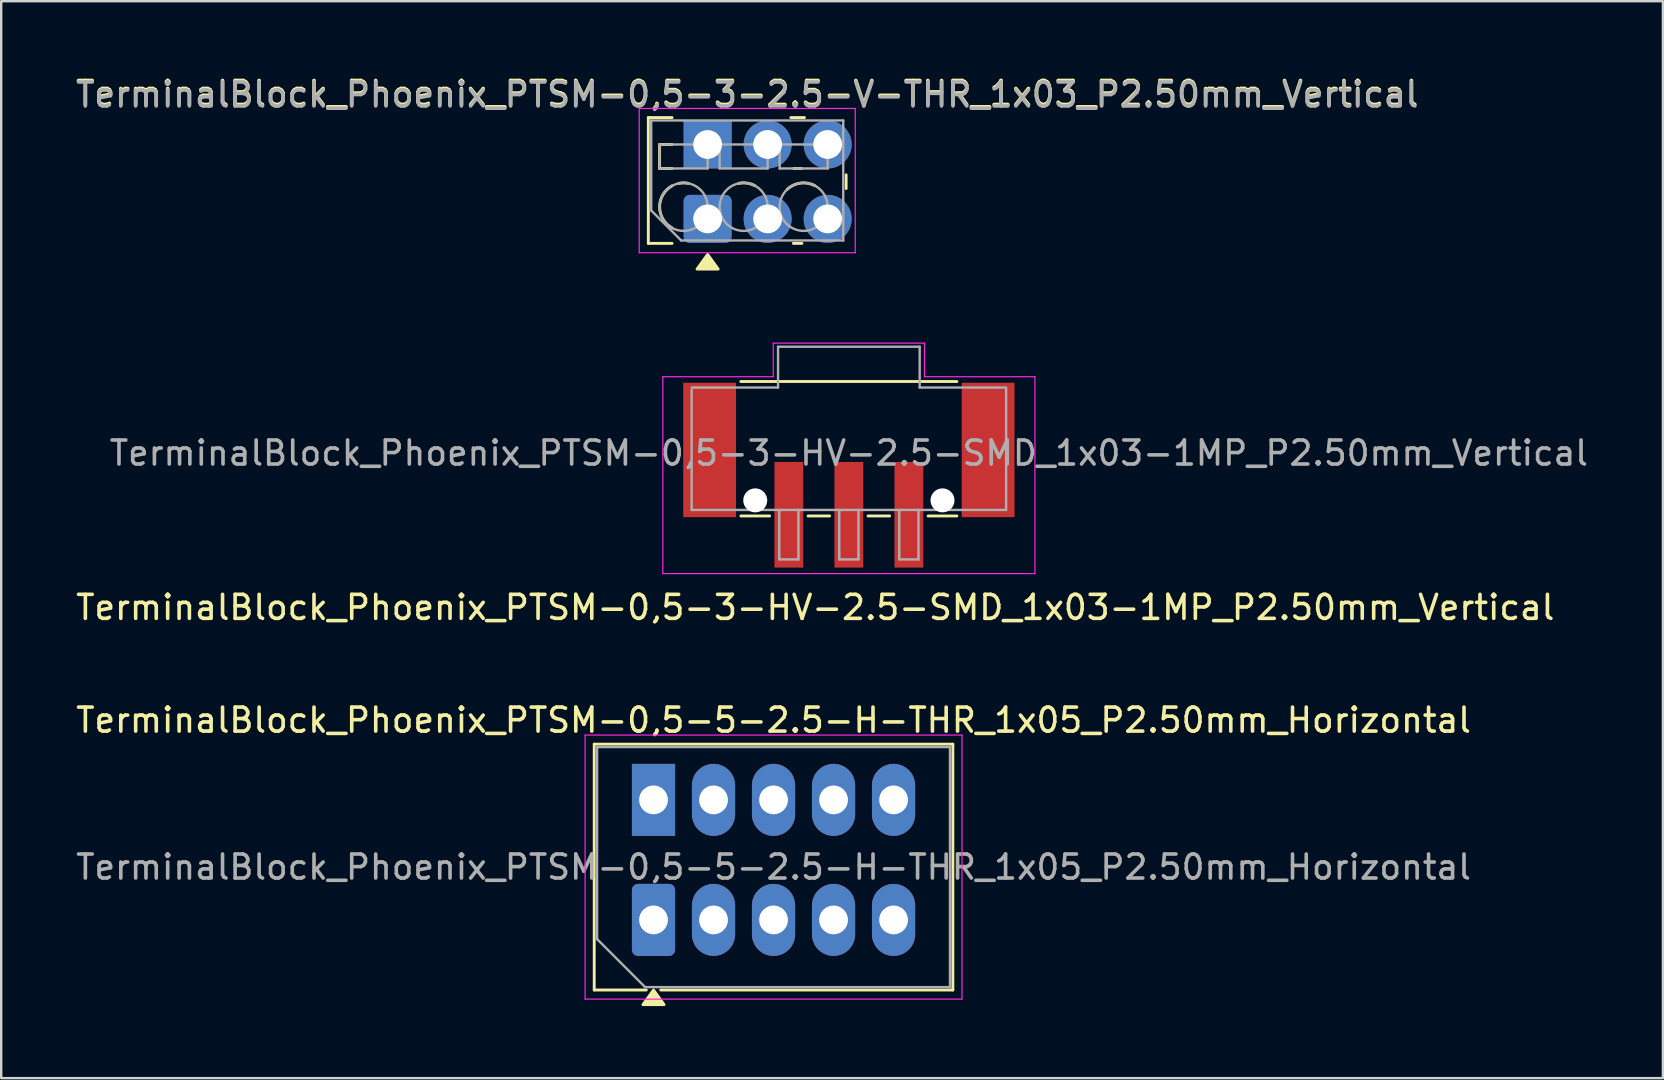
<source format=kicad_pcb>
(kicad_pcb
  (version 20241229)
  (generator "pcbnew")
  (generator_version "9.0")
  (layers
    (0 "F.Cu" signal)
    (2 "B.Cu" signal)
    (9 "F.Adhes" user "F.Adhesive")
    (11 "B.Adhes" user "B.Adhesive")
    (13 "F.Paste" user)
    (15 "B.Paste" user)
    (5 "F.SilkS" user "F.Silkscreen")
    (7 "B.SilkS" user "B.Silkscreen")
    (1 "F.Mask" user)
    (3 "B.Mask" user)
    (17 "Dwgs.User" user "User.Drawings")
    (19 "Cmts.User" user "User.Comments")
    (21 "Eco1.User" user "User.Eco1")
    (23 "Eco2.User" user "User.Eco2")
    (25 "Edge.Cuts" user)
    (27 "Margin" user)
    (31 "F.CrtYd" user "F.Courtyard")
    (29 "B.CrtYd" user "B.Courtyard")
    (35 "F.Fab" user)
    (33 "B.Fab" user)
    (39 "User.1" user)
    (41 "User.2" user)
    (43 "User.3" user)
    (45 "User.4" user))
  (footprint "TerminalBlock_Phoenix_PTSM-0,5-3-2.5-V-THR_1x03_P2.50mm_Vertical"
    (layer "F.Cu")
    (at 26.427 6.068)
    (property "Reference" "TerminalBlock_Phoenix_PTSM-0,5-3-2.5-V-THR_1x03_P2.50mm_Vertical" (at 1.65 -5.22 0) (layer "F.SilkS") (effects (font (size 1 1) (thickness 0.15))))
    (attr through_hole)
    (fp_line (start -2.47 -4.22) (end -1.48 -4.22) (stroke (width 0.12) (type solid)) (layer "F.SilkS"))
    (fp_line (start -2.47 1.02) (end -2.47 -4.22) (stroke (width 0.12) (type solid)) (layer "F.SilkS"))
    (fp_line (start -2 -3.1) (end -1.48 -3.1) (stroke (width 0.12) (type solid)) (layer "F.SilkS"))
    (fp_line (start -2 -2.1) (end -2 -3.1) (stroke (width 0.12) (type solid)) (layer "F.SilkS"))
    (fp_line (start -1.48 -2.1) (end -2 -2.1) (stroke (width 0.12) (type solid)) (layer "F.SilkS"))
    (fp_line (start -1.48 1.02) (end -2.47 1.02) (stroke (width 0.12) (type solid)) (layer "F.SilkS"))
    (fp_line (start 3.467 -4.22) (end 4.033 -4.22) (stroke (width 0.12) (type solid)) (layer "F.SilkS"))
    (fp_line (start 3.909 -2.1) (end 3.591 -2.1) (stroke (width 0.12) (type solid)) (layer "F.SilkS"))
    (fp_line (start 3.928 1.02) (end 3.572 1.02) (stroke (width 0.12) (type solid)) (layer "F.SilkS"))
    (fp_line (start 5.77 -1.836) (end 5.77 -1.264) (stroke (width 0.12) (type solid)) (layer "F.SilkS"))
    (fp_arc (start -1.48 0.377) (mid -2 -0.5) (end -1.48 -1.377) (stroke (width 0.12) (type solid)) (layer "F.SilkS"))
    (fp_arc (start -1.199 -1.48) (mid -1 -1.5) (end -0.801 -1.48) (stroke (width 0.12) (type solid)) (layer "F.SilkS"))
    (fp_arc (start 1.301 -1.48) (mid 1.644617 -1.48991) (end 1.971 -1.382) (stroke (width 0.12) (type solid)) (layer "F.SilkS"))
    (fp_arc (start 3.319 -1.233) (mid 3.871134 -1.492017) (end 4.471 -1.382) (stroke (width 0.12) (type solid)) (layer "F.SilkS"))
    (fp_poly (pts (xy 0 1.48) (xy 0.44 2.09) (xy -0.44 2.09)) (stroke (width 0.12) (type solid)) (fill yes) (layer "F.SilkS"))
    (fp_line (start -2.85 -4.6) (end -2.85 1.41) (stroke (width 0.05) (type solid)) (layer "F.CrtYd"))
    (fp_line (start -2.85 1.41) (end 6.15 1.41) (stroke (width 0.05) (type solid)) (layer "F.CrtYd"))
    (fp_line (start 6.15 -4.6) (end -2.85 -4.6) (stroke (width 0.05) (type solid)) (layer "F.CrtYd"))
    (fp_line (start 6.15 1.41) (end 6.15 -4.6) (stroke (width 0.05) (type solid)) (layer "F.CrtYd"))
    (fp_line (start -2.35 -4.1) (end 5.65 -4.1) (stroke (width 0.1) (type solid)) (layer "F.Fab"))
    (fp_line (start -2.35 -0.35) (end -2.35 -4.1) (stroke (width 0.1) (type solid)) (layer "F.Fab"))
    (fp_line (start -2 -3.1) (end -2 -2.1) (stroke (width 0.1) (type solid)) (layer "F.Fab"))
    (fp_line (start -2 -2.1) (end 0 -2.1) (stroke (width 0.1) (type solid)) (layer "F.Fab"))
    (fp_line (start -1.1 0.9) (end -2.35 -0.35) (stroke (width 0.1) (type solid)) (layer "F.Fab"))
    (fp_line (start 0 -3.1) (end -2 -3.1) (stroke (width 0.1) (type solid)) (layer "F.Fab"))
    (fp_line (start 0 -2.1) (end 0 -3.1) (stroke (width 0.1) (type solid)) (layer "F.Fab"))
    (fp_line (start 0.5 -3.1) (end 0.5 -2.1) (stroke (width 0.1) (type solid)) (layer "F.Fab"))
    (fp_line (start 0.5 -2.1) (end 2.5 -2.1) (stroke (width 0.1) (type solid)) (layer "F.Fab"))
    (fp_line (start 2.5 -3.1) (end 0.5 -3.1) (stroke (width 0.1) (type solid)) (layer "F.Fab"))
    (fp_line (start 2.5 -2.1) (end 2.5 -3.1) (stroke (width 0.1) (type solid)) (layer "F.Fab"))
    (fp_line (start 3 -3.1) (end 3 -2.1) (stroke (width 0.1) (type solid)) (layer "F.Fab"))
    (fp_line (start 3 -2.1) (end 5 -2.1) (stroke (width 0.1) (type solid)) (layer "F.Fab"))
    (fp_line (start 5 -3.1) (end 3 -3.1) (stroke (width 0.1) (type solid)) (layer "F.Fab"))
    (fp_line (start 5 -2.1) (end 5 -3.1) (stroke (width 0.1) (type solid)) (layer "F.Fab"))
    (fp_line (start 5.65 -4.1) (end 5.65 0.9) (stroke (width 0.1) (type solid)) (layer "F.Fab"))
    (fp_line (start 5.65 0.9) (end -1.1 0.9) (stroke (width 0.1) (type solid)) (layer "F.Fab"))
    (fp_circle (center -1 -0.5) (end 0 -0.5) (stroke (width 0.1) (type solid)) (fill no) (layer "F.Fab"))
    (fp_circle (center 1.5 -0.5) (end 2.5 -0.5) (stroke (width 0.1) (type solid)) (fill no) (layer "F.Fab"))
    (fp_circle (center 4 -0.5) (end 5 -0.5) (stroke (width 0.1) (type solid)) (fill no) (layer "F.Fab"))
    (fp_text user "${REFERENCE}" (at 1.65 -5.16 0) (layer "F.Fab") (effects (font (size 1 1) (thickness 0.15))))
    (pad "1" thru_hole rect (at 0 -3.1) (size 2 2) (drill 1.2) (layers "*.Cu" "*.Mask"))
    (pad "1" thru_hole roundrect (at 0 0) (size 2 2) (drill 1.2) (layers "*.Cu" "*.Mask") (roundrect_rratio 0.125))
    (pad "2" thru_hole circle (at 2.5 -3.1) (size 2 2) (drill 1.2) (layers "*.Cu" "*.Mask"))
    (pad "2" thru_hole circle (at 2.5 0) (size 2 2) (drill 1.2) (layers "*.Cu" "*.Mask"))
    (pad "3" thru_hole circle (at 5 -3.1) (size 2 2) (drill 1.2) (layers "*.Cu" "*.Mask"))
    (pad "3" thru_hole circle (at 5 0) (size 2 2) (drill 1.2) (layers "*.Cu" "*.Mask")))
  (footprint "TerminalBlock_Phoenix_PTSM-0,5-5-2.5-H-THR_1x05_P2.50mm_Horizontal"
    (layer "F.Cu")
    (at 24.173 35.27)
    (property "Reference" "TerminalBlock_Phoenix_PTSM-0,5-5-2.5-H-THR_1x05_P2.50mm_Horizontal" (at 5 -8.32 0) (layer "F.SilkS") (effects (font (size 1 1) (thickness 0.15))))
    (attr through_hole)
    (fp_line (start -2.47 -7.32) (end 12.47 -7.32) (stroke (width 0.12) (type solid)) (layer "F.SilkS"))
    (fp_line (start -2.47 2.92) (end -2.47 -7.32) (stroke (width 0.12) (type solid)) (layer "F.SilkS"))
    (fp_line (start -0.3 2.92) (end -2.47 2.92) (stroke (width 0.12) (type solid)) (layer "F.SilkS"))
    (fp_line (start 12.47 -7.32) (end 12.47 2.92) (stroke (width 0.12) (type solid)) (layer "F.SilkS"))
    (fp_line (start 12.47 2.92) (end 0.3 2.92) (stroke (width 0.12) (type solid)) (layer "F.SilkS"))
    (fp_poly (pts (xy 0 2.92) (xy 0.44 3.53) (xy -0.44 3.53)) (stroke (width 0.12) (type solid)) (fill yes) (layer "F.SilkS"))
    (fp_line (start -2.85 -7.7) (end -2.85 3.3) (stroke (width 0.05) (type solid)) (layer "F.CrtYd"))
    (fp_line (start -2.85 3.3) (end 12.85 3.3) (stroke (width 0.05) (type solid)) (layer "F.CrtYd"))
    (fp_line (start 12.85 -7.7) (end -2.85 -7.7) (stroke (width 0.05) (type solid)) (layer "F.CrtYd"))
    (fp_line (start 12.85 3.3) (end 12.85 -7.7) (stroke (width 0.05) (type solid)) (layer "F.CrtYd"))
    (fp_line (start -2.35 -7.2) (end 12.35 -7.2) (stroke (width 0.1) (type solid)) (layer "F.Fab"))
    (fp_line (start -2.35 0.8) (end -2.35 -7.2) (stroke (width 0.1) (type solid)) (layer "F.Fab"))
    (fp_line (start -0.35 2.8) (end -2.35 0.8) (stroke (width 0.1) (type solid)) (layer "F.Fab"))
    (fp_line (start 12.35 -7.2) (end 12.35 2.8) (stroke (width 0.1) (type solid)) (layer "F.Fab"))
    (fp_line (start 12.35 2.8) (end -0.35 2.8) (stroke (width 0.1) (type solid)) (layer "F.Fab"))
    (fp_text user "${REFERENCE}" (at 5 -2.2 0) (layer "F.Fab") (effects (font (size 1 1) (thickness 0.15))))
    (pad "1" thru_hole rect (at 0 -5) (size 1.8 3) (drill 1.2) (layers "*.Cu" "*.Mask"))
    (pad "1" thru_hole roundrect (at 0 0) (size 1.8 3) (drill 1.2) (layers "*.Cu" "*.Mask") (roundrect_rratio 0.139))
    (pad "2" thru_hole oval (at 2.5 -5) (size 1.8 3) (drill 1.2) (layers "*.Cu" "*.Mask"))
    (pad "2" thru_hole oval (at 2.5 0) (size 1.8 3) (drill 1.2) (layers "*.Cu" "*.Mask"))
    (pad "3" thru_hole oval (at 5 -5) (size 1.8 3) (drill 1.2) (layers "*.Cu" "*.Mask"))
    (pad "3" thru_hole oval (at 5 0) (size 1.8 3) (drill 1.2) (layers "*.Cu" "*.Mask"))
    (pad "4" thru_hole oval (at 7.5 -5) (size 1.8 3) (drill 1.2) (layers "*.Cu" "*.Mask"))
    (pad "4" thru_hole oval (at 7.5 0) (size 1.8 3) (drill 1.2) (layers "*.Cu" "*.Mask"))
    (pad "5" thru_hole oval (at 10 -5) (size 1.8 3) (drill 1.2) (layers "*.Cu" "*.Mask"))
    (pad "5" thru_hole oval (at 10 0) (size 1.8 3) (drill 1.2) (layers "*.Cu" "*.Mask")))
  (footprint "TerminalBlock_Phoenix_PTSM-0,5-3-HV-2.5-SMD_1x03-1MP_P2.50mm_Vertical"
    (layer "F.Cu")
    (at 32.311 16.743)
    (property "Reference" "TerminalBlock_Phoenix_PTSM-0,5-3-HV-2.5-SMD_1x03-1MP_P2.50mm_Vertical" (at -1.4 5.51 0) (layer "F.SilkS") (effects (font (size 1 1) (thickness 0.15))))
    (attr smd)
    (fp_line (start -4.5 -3.9) (end 4.5 -3.9) (stroke (width 0.12) (type solid)) (layer "F.SilkS"))
    (fp_line (start -3.3 1.7) (end -4.5 1.7) (stroke (width 0.12) (type solid)) (layer "F.SilkS"))
    (fp_line (start -0.8 1.7) (end -1.7 1.7) (stroke (width 0.12) (type solid)) (layer "F.SilkS"))
    (fp_line (start 1.7 1.7) (end 0.8 1.7) (stroke (width 0.12) (type solid)) (layer "F.SilkS"))
    (fp_line (start 4.5 1.7) (end 3.3 1.7) (stroke (width 0.12) (type solid)) (layer "F.SilkS"))
    (fp_line (start -7.75 -4.1) (end -3.15 -4.1) (stroke (width 0.05) (type solid)) (layer "F.CrtYd"))
    (fp_line (start -7.75 4.1) (end -7.75 -4.1) (stroke (width 0.05) (type solid)) (layer "F.CrtYd"))
    (fp_line (start -3.15 -5.5) (end 3.15 -5.5) (stroke (width 0.05) (type solid)) (layer "F.CrtYd"))
    (fp_line (start -3.15 -4.1) (end -3.15 -5.5) (stroke (width 0.05) (type solid)) (layer "F.CrtYd"))
    (fp_line (start 3.15 -4.1) (end 3.15 -5.5) (stroke (width 0.05) (type solid)) (layer "F.CrtYd"))
    (fp_line (start 7.75 -4.1) (end 3.15 -4.1) (stroke (width 0.05) (type solid)) (layer "F.CrtYd"))
    (fp_line (start 7.75 -4.1) (end 7.75 4.1) (stroke (width 0.05) (type solid)) (layer "F.CrtYd"))
    (fp_line (start 7.75 4.1) (end -7.75 4.1) (stroke (width 0.05) (type solid)) (layer "F.CrtYd"))
    (fp_line (start -6.55 -3.65) (end -2.95 -3.65) (stroke (width 0.1) (type solid)) (layer "F.Fab"))
    (fp_line (start -6.55 1.45) (end -6.55 -3.55) (stroke (width 0.1) (type solid)) (layer "F.Fab"))
    (fp_line (start -2.95 -5.35) (end 2.95 -5.35) (stroke (width 0.1) (type solid)) (layer "F.Fab"))
    (fp_line (start -2.95 -3.65) (end -2.95 -5.35) (stroke (width 0.1) (type solid)) (layer "F.Fab"))
    (fp_line (start -2.9 1.45) (end -2.9 3.51) (stroke (width 0.1) (type solid)) (layer "F.Fab"))
    (fp_line (start -2.9 3.51) (end -2.1 3.51) (stroke (width 0.1) (type solid)) (layer "F.Fab"))
    (fp_line (start -2.1 1.45) (end -2.1 3.51) (stroke (width 0.1) (type solid)) (layer "F.Fab"))
    (fp_line (start -0.4 1.45) (end -0.4 3.51) (stroke (width 0.1) (type solid)) (layer "F.Fab"))
    (fp_line (start -0.4 3.51) (end 0.4 3.51) (stroke (width 0.1) (type solid)) (layer "F.Fab"))
    (fp_line (start 0.4 1.45) (end 0.4 3.51) (stroke (width 0.1) (type solid)) (layer "F.Fab"))
    (fp_line (start 2.1 1.45) (end 2.1 3.51) (stroke (width 0.1) (type solid)) (layer "F.Fab"))
    (fp_line (start 2.1 3.51) (end 2.9 3.51) (stroke (width 0.1) (type solid)) (layer "F.Fab"))
    (fp_line (start 2.9 1.45) (end 2.9 3.51) (stroke (width 0.1) (type solid)) (layer "F.Fab"))
    (fp_line (start 2.95 -5.35) (end 2.95 -3.65) (stroke (width 0.1) (type solid)) (layer "F.Fab"))
    (fp_line (start 2.95 -3.65) (end 6.55 -3.65) (stroke (width 0.1) (type solid)) (layer "F.Fab"))
    (fp_line (start 6.55 1.45) (end -6.55 1.45) (stroke (width 0.1) (type solid)) (layer "F.Fab"))
    (fp_line (start 6.55 1.45) (end 6.55 -3.6) (stroke (width 0.1) (type solid)) (layer "F.Fab"))
    (fp_text user "${REFERENCE}" (at 0 -0.92 0) (layer "F.Fab") (effects (font (size 1 1) (thickness 0.15))))
    (pad "" np_thru_hole circle (at -3.9 1.05) (size 1 1) (drill 1) (layers "*.Cu" "*.Mask"))
    (pad "" np_thru_hole circle (at 3.9 1.05) (size 1 1) (drill 1) (layers "*.Cu" "*.Mask"))
    (pad "1" smd rect (at -2.5 1.65 180) (size 1.2 4.4) (layers "F.Cu" "F.Mask" "F.Paste"))
    (pad "2" smd rect (at 0 1.65 180) (size 1.2 4.4) (layers "F.Cu" "F.Mask" "F.Paste"))
    (pad "3" smd rect (at 2.5 1.65 180) (size 1.2 4.4) (layers "F.Cu" "F.Mask" "F.Paste"))
    (pad "MP" smd rect (at -5.8 -1.05 180) (size 2.2 5.6) (layers "F.Cu" "F.Mask" "F.Paste"))
    (pad "MP" smd rect (at 5.8 -1.05 180) (size 2.2 5.6) (layers "F.Cu" "F.Mask" "F.Paste")))
  (gr_rect
    (start -3 -3)
    (end 66.221 41.86)
    (stroke (width 0.1) (type default))
    (fill no)
    (layer "Edge.Cuts")))
</source>
